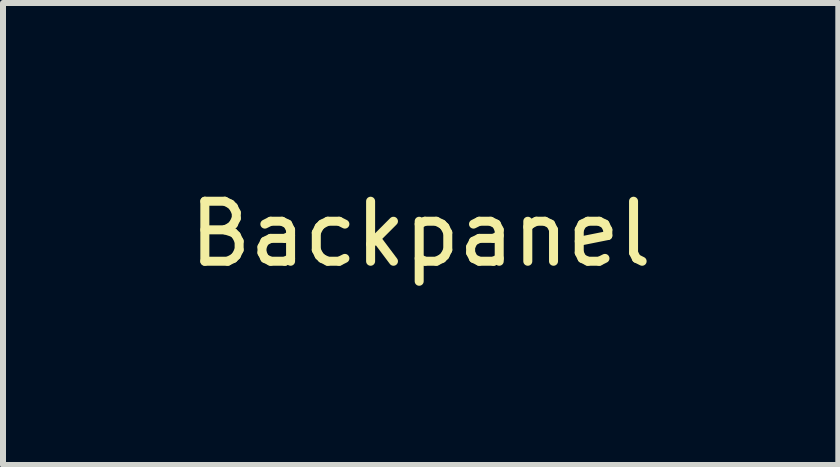
<source format=kicad_pcb>
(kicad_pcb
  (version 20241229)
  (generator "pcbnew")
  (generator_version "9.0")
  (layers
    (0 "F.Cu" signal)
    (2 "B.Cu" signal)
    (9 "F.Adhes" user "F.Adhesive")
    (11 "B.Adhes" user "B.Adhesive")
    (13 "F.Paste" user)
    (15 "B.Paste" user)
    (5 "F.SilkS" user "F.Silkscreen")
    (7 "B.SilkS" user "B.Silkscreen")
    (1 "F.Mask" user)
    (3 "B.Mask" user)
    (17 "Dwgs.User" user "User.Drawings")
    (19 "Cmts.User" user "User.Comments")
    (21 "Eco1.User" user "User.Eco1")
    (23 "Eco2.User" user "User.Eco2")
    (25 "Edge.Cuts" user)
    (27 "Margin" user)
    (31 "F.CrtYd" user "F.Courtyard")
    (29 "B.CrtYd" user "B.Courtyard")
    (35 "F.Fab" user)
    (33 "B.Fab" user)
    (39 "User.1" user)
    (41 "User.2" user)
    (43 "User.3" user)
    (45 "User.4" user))
  (footprint "Backpanel"
    (layer "F.Cu")
    (at 3.958 1.348)
    (property "Reference" "Backpanel" (at 0 -0.5 0) (unlocked yes) (layer "F.SilkS") (effects (font (size 1 1) (thickness 0.15))))
    (fp_line (start -3 0) (end 3 0) (stroke (width 0.1) (type solid)) (layer "Eco1.User")))
  (gr_rect
    (start -3 -3)
    (end 10.917 4.697)
    (stroke (width 0.1) (type default))
    (fill no)
    (layer "Edge.Cuts")))
</source>
